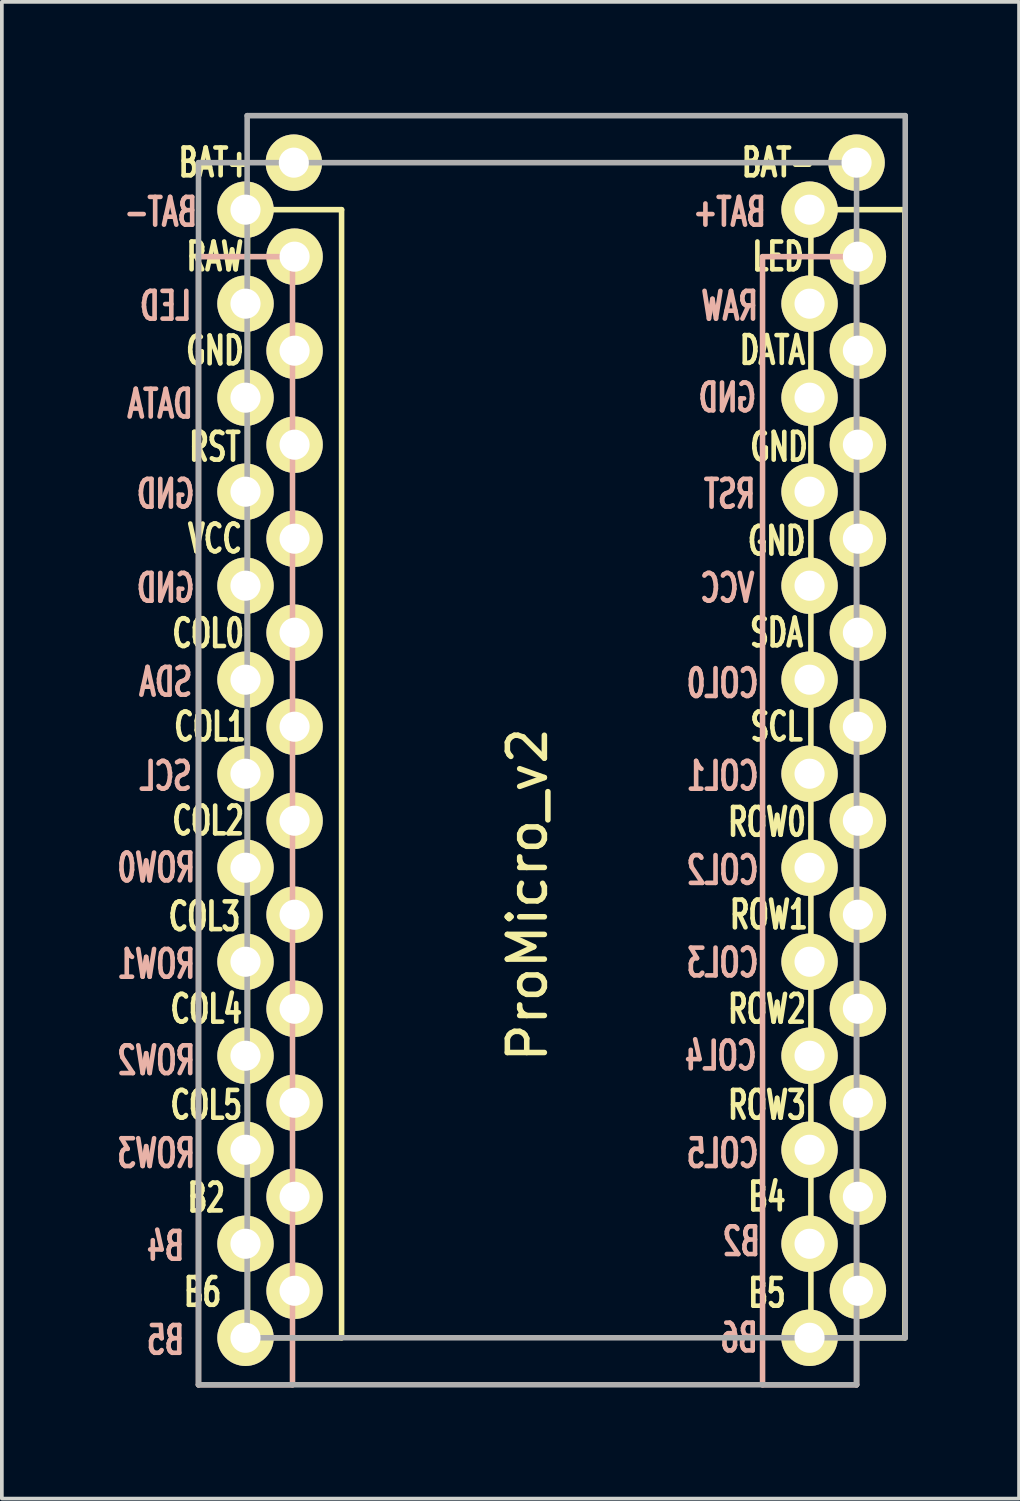
<source format=kicad_pcb>
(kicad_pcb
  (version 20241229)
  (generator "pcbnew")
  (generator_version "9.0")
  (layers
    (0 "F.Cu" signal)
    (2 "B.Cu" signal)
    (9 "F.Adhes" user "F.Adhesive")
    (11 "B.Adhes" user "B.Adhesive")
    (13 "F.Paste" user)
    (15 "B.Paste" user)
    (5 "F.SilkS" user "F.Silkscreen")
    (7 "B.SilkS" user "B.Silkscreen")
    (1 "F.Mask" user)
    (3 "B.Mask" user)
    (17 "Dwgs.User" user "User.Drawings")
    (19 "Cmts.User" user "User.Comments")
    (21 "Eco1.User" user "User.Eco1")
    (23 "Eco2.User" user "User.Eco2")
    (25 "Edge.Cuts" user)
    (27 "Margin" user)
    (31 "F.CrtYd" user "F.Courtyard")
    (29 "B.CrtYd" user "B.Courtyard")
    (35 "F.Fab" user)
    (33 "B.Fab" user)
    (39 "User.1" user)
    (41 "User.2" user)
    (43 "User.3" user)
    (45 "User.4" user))
  (footprint "ProMicro_v2"
    (layer "F.Cu")
    (at 12.473 18.363)
    (property "Reference" "ProMicro_v2" (at -1.27 2.762 270) (layer "F.SilkS") (effects (font (size 1 1) (thickness 0.15))))
    (attr through_hole)
    (fp_line (start -8.834 -15.748) (end -6.294 -15.748) (stroke (width 0.15) (type solid)) (layer "F.SilkS"))
    (fp_line (start -8.834 14.732) (end -8.834 -15.748) (stroke (width 0.15) (type solid)) (layer "F.SilkS"))
    (fp_line (start -6.294 -15.748) (end -6.294 14.732) (stroke (width 0.15) (type solid)) (layer "F.SilkS"))
    (fp_line (start -6.294 14.732) (end -8.834 14.732) (stroke (width 0.15) (type solid)) (layer "F.SilkS"))
    (fp_line (start 6.386 -15.748) (end 8.926 -15.748) (stroke (width 0.15) (type solid)) (layer "F.SilkS"))
    (fp_line (start 6.386 14.732) (end 6.386 -15.748) (stroke (width 0.15) (type solid)) (layer "F.SilkS"))
    (fp_line (start 8.926 -15.748) (end 8.926 14.732) (stroke (width 0.15) (type solid)) (layer "F.SilkS"))
    (fp_line (start 8.926 14.732) (end 6.386 14.732) (stroke (width 0.15) (type solid)) (layer "F.SilkS"))
    (fp_line (start -10.16 -14.478) (end -7.62 -14.478) (stroke (width 0.15) (type solid)) (layer "B.SilkS"))
    (fp_line (start -10.16 16.002) (end -10.16 -14.478) (stroke (width 0.15) (type solid)) (layer "B.SilkS"))
    (fp_line (start -7.62 -14.478) (end -7.62 16.002) (stroke (width 0.15) (type solid)) (layer "B.SilkS"))
    (fp_line (start -7.62 16.002) (end -10.16 16.002) (stroke (width 0.15) (type solid)) (layer "B.SilkS"))
    (fp_line (start 5.08 -14.478) (end 7.62 -14.478) (stroke (width 0.15) (type solid)) (layer "B.SilkS"))
    (fp_line (start 5.08 16.002) (end 5.08 -14.478) (stroke (width 0.15) (type solid)) (layer "B.SilkS"))
    (fp_line (start 7.62 -14.478) (end 7.62 16.002) (stroke (width 0.15) (type solid)) (layer "B.SilkS"))
    (fp_line (start 7.62 16.002) (end 5.08 16.002) (stroke (width 0.15) (type solid)) (layer "B.SilkS"))
    (fp_line (start -10.16 -17.018) (end 7.62 -17.018) (stroke (width 0.15) (type solid)) (layer "F.Fab"))
    (fp_line (start -10.16 16.002) (end -10.16 -17.018) (stroke (width 0.15) (type solid)) (layer "F.Fab"))
    (fp_line (start -8.845 -18.288) (end 8.935 -18.288) (stroke (width 0.15) (type solid)) (layer "F.Fab"))
    (fp_line (start -8.845 14.732) (end -8.845 -18.288) (stroke (width 0.15) (type solid)) (layer "F.Fab"))
    (fp_line (start 7.62 -17.018) (end 7.62 16.002) (stroke (width 0.15) (type solid)) (layer "F.Fab"))
    (fp_line (start 7.62 16.002) (end -10.16 16.002) (stroke (width 0.15) (type solid)) (layer "F.Fab"))
    (fp_line (start 8.935 -18.288) (end 8.935 14.732) (stroke (width 0.15) (type solid)) (layer "F.Fab"))
    (fp_line (start 8.935 14.732) (end -8.845 14.732) (stroke (width 0.15) (type solid)) (layer "F.Fab"))
    (fp_text user "B6" (at -10.05 13.5 0) (layer "F.SilkS") (effects (font (size 0.75 0.5) (thickness 0.125))))
    (fp_text user "COL0" (at -9.9 -4.3 0) (layer "F.SilkS") (effects (font (size 0.75 0.5) (thickness 0.125))))
    (fp_text user "VCC" (at -9.716 -6.858 0) (layer "F.SilkS") (effects (font (size 0.75 0.5) (thickness 0.125))))
    (fp_text user "COL3" (at -10 3.35 0) (layer "F.SilkS") (effects (font (size 0.75 0.5) (thickness 0.125))))
    (fp_text user "GND" (at -9.716 -11.938 0) (layer "F.SilkS") (effects (font (size 0.75 0.5) (thickness 0.125))))
    (fp_text user "" (at -0.5 -17.25 0) (layer "F.SilkS") (effects (font (size 1 1) (thickness 0.15))))
    (fp_text user "RAW" (at -9.716 -14.478 0) (layer "F.SilkS") (effects (font (size 0.75 0.5) (thickness 0.125))))
    (fp_text user "BAT-" (at 5.5 -17.018 0) (layer "F.SilkS") (effects (font (size 0.75 0.5) (thickness 0.125))))
    (fp_text user "ROW0" (at 5.2 0.8 0) (layer "F.SilkS") (effects (font (size 0.75 0.5) (thickness 0.125))))
    (fp_text user "ROW2" (at 5.2 5.85 0) (layer "F.SilkS") (effects (font (size 0.75 0.5) (thickness 0.125))))
    (fp_text user "COL2" (at -9.9 0.762 0) (layer "F.SilkS") (effects (font (size 0.75 0.5) (thickness 0.125))))
    (fp_text user "GND" (at 5.461 -6.795 0) (layer "F.SilkS") (effects (font (size 0.75 0.5) (thickness 0.125))))
    (fp_text user "COL4" (at -9.95 5.85 0) (layer "F.SilkS") (effects (font (size 0.75 0.5) (thickness 0.125))))
    (fp_text user "B5" (at 5.2 13.525 0) (layer "F.SilkS") (effects (font (size 0.75 0.5) (thickness 0.125))))
    (fp_text user "GND" (at 5.524 -9.335 0) (layer "F.SilkS") (effects (font (size 0.75 0.5) (thickness 0.125))))
    (fp_text user "SDA" (at 5.461 -4.318 0) (layer "F.SilkS") (effects (font (size 0.75 0.5) (thickness 0.125))))
    (fp_text user "COL1" (at -9.85 -1.778 0) (layer "F.SilkS") (effects (font (size 0.75 0.5) (thickness 0.125))))
    (fp_text user "ROW1" (at 5.25 3.302 0) (layer "F.SilkS") (effects (font (size 0.75 0.5) (thickness 0.125))))
    (fp_text user "COL5" (at -9.95 8.445 0) (layer "F.SilkS") (effects (font (size 0.75 0.5) (thickness 0.125))))
    (fp_text user "BAT+" (at -9.716 -17.018 0) (layer "F.SilkS") (effects (font (size 0.75 0.5) (thickness 0.125))))
    (fp_text user "B4" (at 5.2 10.922 0) (layer "F.SilkS") (effects (font (size 0.75 0.5) (thickness 0.125))))
    (fp_text user "RST" (at -9.716 -9.335 0) (layer "F.SilkS") (effects (font (size 0.75 0.5) (thickness 0.125))))
    (fp_text user "SCL" (at 5.461 -1.778 0) (layer "F.SilkS") (effects (font (size 0.75 0.5) (thickness 0.125))))
    (fp_text user "B2" (at -9.95 10.95 0) (layer "F.SilkS") (effects (font (size 0.75 0.5) (thickness 0.125))))
    (fp_text user "ROW3" (at 5.2 8.445 0) (layer "F.SilkS") (effects (font (size 0.75 0.5) (thickness 0.125))))
    (fp_text user "DATA" (at 5.35 -11.95 0) (layer "F.SilkS") (effects (font (size 0.75 0.5) (thickness 0.125))))
    (fp_text user "LED" (at 5.5 -14.478 0) (layer "F.SilkS") (effects (font (size 0.75 0.5) (thickness 0.125))))
    (fp_text user "COL2" (at 4 2.1 0) (layer "B.SilkS") (effects (font (size 0.75 0.5) (thickness 0.125)) (justify mirror)))
    (fp_text user "RAW" (at 4.191 -13.145 0) (layer "B.SilkS") (effects (font (size 0.75 0.5) (thickness 0.125)) (justify mirror)))
    (fp_text user "B4" (at -11.049 12.255 0) (layer "B.SilkS") (effects (font (size 0.75 0.5) (thickness 0.125)) (justify mirror)))
    (fp_text user "COL3" (at 4 4.6 0) (layer "B.SilkS") (effects (font (size 0.75 0.5) (thickness 0.125)) (justify mirror)))
    (fp_text user "ROW1" (at -11.3 4.636 0) (layer "B.SilkS") (effects (font (size 0.75 0.5) (thickness 0.125)) (justify mirror)))
    (fp_text user "DATA" (at -11.2 -10.5 0) (layer "B.SilkS") (effects (font (size 0.75 0.5) (thickness 0.125)) (justify mirror)))
    (fp_text user "GND" (at 4.128 -10.668 0) (layer "B.SilkS") (effects (font (size 0.75 0.5) (thickness 0.125)) (justify mirror)))
    (fp_text user "BAT+" (at 4.191 -15.684 0) (layer "B.SilkS") (effects (font (size 0.75 0.5) (thickness 0.125)) (justify mirror)))
    (fp_text user "B6" (at 4.445 14.732 0) (layer "B.SilkS") (effects (font (size 0.75 0.5) (thickness 0.125)) (justify mirror)))
    (fp_text user "B5" (at -11.049 14.796 0) (layer "B.SilkS") (effects (font (size 0.75 0.5) (thickness 0.125)) (justify mirror)))
    (fp_text user "ROW3" (at -11.3 9.75 0) (layer "B.SilkS") (effects (font (size 0.75 0.5) (thickness 0.125)) (justify mirror)))
    (fp_text user "COL0" (at 4 -2.95 0) (layer "B.SilkS") (effects (font (size 0.75 0.5) (thickness 0.125)) (justify mirror)))
    (fp_text user "GND" (at -11.049 -8.065 0) (layer "B.SilkS") (effects (font (size 0.75 0.5) (thickness 0.125)) (justify mirror)))
    (fp_text user "GND" (at -11.049 -5.524 0) (layer "B.SilkS") (effects (font (size 0.75 0.5) (thickness 0.125)) (justify mirror)))
    (fp_text user "SCL" (at -11.049 -0.445 0) (layer "B.SilkS") (effects (font (size 0.75 0.5) (thickness 0.125)) (justify mirror)))
    (fp_text user "B2" (at 4.508 12.129 0) (layer "B.SilkS") (effects (font (size 0.75 0.5) (thickness 0.125)) (justify mirror)))
    (fp_text user "ROW0" (at -11.3 2.032 0) (layer "B.SilkS") (effects (font (size 0.75 0.5) (thickness 0.125)) (justify mirror)))
    (fp_text user "COL1" (at 4 -0.445 0) (layer "B.SilkS") (effects (font (size 0.75 0.5) (thickness 0.125)) (justify mirror)))
    (fp_text user "LED" (at -11.049 -13.145 0) (layer "B.SilkS") (effects (font (size 0.75 0.5) (thickness 0.125)) (justify mirror)))
    (fp_text user "VCC" (at 4.128 -5.524 0) (layer "B.SilkS") (effects (font (size 0.75 0.5) (thickness 0.125)) (justify mirror)))
    (fp_text user "COL4" (at 3.95 7.112 0) (layer "B.SilkS") (effects (font (size 0.75 0.5) (thickness 0.125)) (justify mirror)))
    (fp_text user "COL5" (at 4 9.75 0) (layer "B.SilkS") (effects (font (size 0.75 0.5) (thickness 0.125)) (justify mirror)))
    (fp_text user "RST" (at 4.191 -8.065 0) (layer "B.SilkS") (effects (font (size 0.75 0.5) (thickness 0.125)) (justify mirror)))
    (fp_text user "" (at -1.206 -16.256 0) (layer "B.SilkS") (effects (font (size 1 1) (thickness 0.15)) (justify mirror)))
    (fp_text user "SDA" (at -11.049 -2.985 0) (layer "B.SilkS") (effects (font (size 0.75 0.5) (thickness 0.125)) (justify mirror)))
    (fp_text user "ROW2" (at -11.3 7.239 0) (layer "B.SilkS") (effects (font (size 0.75 0.5) (thickness 0.125)) (justify mirror)))
    (fp_text user "BAT-" (at -11.176 -15.684 0) (layer "B.SilkS") (effects (font (size 0.75 0.5) (thickness 0.125)) (justify mirror)))
    (pad "1" thru_hole circle (at -8.89 -13.208) (size 1.524 1.524) (drill 0.813) (layers "*.Cu" "*.Mask" "F.SilkS"))
    (pad "1" thru_hole circle (at 7.656 -14.478) (size 1.524 1.524) (drill 0.813) (layers "*.Cu" "*.Mask" "F.SilkS"))
    (pad "2" thru_hole circle (at -8.89 -10.668) (size 1.524 1.524) (drill 0.813) (layers "*.Cu" "*.Mask" "F.SilkS"))
    (pad "2" thru_hole circle (at 7.656 -11.938) (size 1.524 1.524) (drill 0.813) (layers "*.Cu" "*.Mask" "F.SilkS"))
    (pad "3" thru_hole circle (at -8.89 -8.128) (size 1.524 1.524) (drill 0.813) (layers "*.Cu" "*.Mask" "F.SilkS"))
    (pad "3" thru_hole circle (at 7.656 -9.398) (size 1.524 1.524) (drill 0.813) (layers "*.Cu" "*.Mask" "F.SilkS"))
    (pad "4" thru_hole circle (at -8.89 -5.588) (size 1.524 1.524) (drill 0.813) (layers "*.Cu" "*.Mask" "F.SilkS"))
    (pad "4" thru_hole circle (at 7.656 -6.858) (size 1.524 1.524) (drill 0.813) (layers "*.Cu" "*.Mask" "F.SilkS"))
    (pad "5" thru_hole circle (at -8.89 -3.048) (size 1.524 1.524) (drill 0.813) (layers "*.Cu" "*.Mask" "F.SilkS"))
    (pad "5" thru_hole circle (at 7.656 -4.318) (size 1.524 1.524) (drill 0.813) (layers "*.Cu" "*.Mask" "F.SilkS"))
    (pad "6" thru_hole circle (at -8.89 -0.508) (size 1.524 1.524) (drill 0.813) (layers "*.Cu" "*.Mask" "F.SilkS"))
    (pad "6" thru_hole circle (at 7.656 -1.778) (size 1.524 1.524) (drill 0.813) (layers "*.Cu" "*.Mask" "F.SilkS"))
    (pad "7" thru_hole circle (at -8.89 2.032) (size 1.524 1.524) (drill 0.813) (layers "*.Cu" "*.Mask" "F.SilkS"))
    (pad "7" thru_hole circle (at 7.656 0.762) (size 1.524 1.524) (drill 0.813) (layers "*.Cu" "*.Mask" "F.SilkS"))
    (pad "8" thru_hole circle (at -8.89 4.572) (size 1.524 1.524) (drill 0.813) (layers "*.Cu" "*.Mask" "F.SilkS"))
    (pad "8" thru_hole circle (at 7.656 3.302) (size 1.524 1.524) (drill 0.813) (layers "*.Cu" "*.Mask" "F.SilkS"))
    (pad "9" thru_hole circle (at -8.89 7.112) (size 1.524 1.524) (drill 0.813) (layers "*.Cu" "*.Mask" "F.SilkS"))
    (pad "9" thru_hole circle (at 7.656 5.842) (size 1.524 1.524) (drill 0.813) (layers "*.Cu" "*.Mask" "F.SilkS"))
    (pad "10" thru_hole circle (at -8.89 9.652) (size 1.524 1.524) (drill 0.813) (layers "*.Cu" "*.Mask" "F.SilkS"))
    (pad "10" thru_hole circle (at 7.656 8.382) (size 1.524 1.524) (drill 0.813) (layers "*.Cu" "*.Mask" "F.SilkS"))
    (pad "11" thru_hole circle (at -8.89 12.192) (size 1.524 1.524) (drill 0.813) (layers "*.Cu" "*.Mask" "F.SilkS"))
    (pad "11" thru_hole circle (at 7.656 10.922) (size 1.524 1.524) (drill 0.813) (layers "*.Cu" "*.Mask" "F.SilkS"))
    (pad "12" thru_hole circle (at -8.89 14.732) (size 1.524 1.524) (drill 0.813) (layers "*.Cu" "*.Mask" "F.SilkS"))
    (pad "12" thru_hole circle (at 7.656 13.462) (size 1.524 1.524) (drill 0.813) (layers "*.Cu" "*.Mask" "F.SilkS"))
    (pad "13" thru_hole circle (at -7.564 13.462) (size 1.524 1.524) (drill 0.813) (layers "*.Cu" "*.Mask" "F.SilkS"))
    (pad "13" thru_hole circle (at 6.35 14.732) (size 1.524 1.524) (drill 0.813) (layers "*.Cu" "*.Mask" "F.SilkS"))
    (pad "14" thru_hole circle (at -7.564 10.922) (size 1.524 1.524) (drill 0.813) (layers "*.Cu" "*.Mask" "F.SilkS"))
    (pad "14" thru_hole circle (at 6.35 12.192) (size 1.524 1.524) (drill 0.813) (layers "*.Cu" "*.Mask" "F.SilkS"))
    (pad "15" thru_hole circle (at -7.564 8.382) (size 1.524 1.524) (drill 0.813) (layers "*.Cu" "*.Mask" "F.SilkS"))
    (pad "15" thru_hole circle (at 6.35 9.652) (size 1.524 1.524) (drill 0.813) (layers "*.Cu" "*.Mask" "F.SilkS"))
    (pad "16" thru_hole circle (at -7.564 5.842) (size 1.524 1.524) (drill 0.813) (layers "*.Cu" "*.Mask" "F.SilkS"))
    (pad "16" thru_hole circle (at 6.35 7.112) (size 1.524 1.524) (drill 0.813) (layers "*.Cu" "*.Mask" "F.SilkS"))
    (pad "17" thru_hole circle (at -7.564 3.302) (size 1.524 1.524) (drill 0.813) (layers "*.Cu" "*.Mask" "F.SilkS"))
    (pad "17" thru_hole circle (at 6.35 4.572) (size 1.524 1.524) (drill 0.813) (layers "*.Cu" "*.Mask" "F.SilkS"))
    (pad "18" thru_hole circle (at -7.564 0.762) (size 1.524 1.524) (drill 0.813) (layers "*.Cu" "*.Mask" "F.SilkS"))
    (pad "18" thru_hole circle (at 6.35 2.032) (size 1.524 1.524) (drill 0.813) (layers "*.Cu" "*.Mask" "F.SilkS"))
    (pad "19" thru_hole circle (at -7.564 -1.778) (size 1.524 1.524) (drill 0.813) (layers "*.Cu" "*.Mask" "F.SilkS"))
    (pad "19" thru_hole circle (at 6.35 -0.508) (size 1.524 1.524) (drill 0.813) (layers "*.Cu" "*.Mask" "F.SilkS"))
    (pad "20" thru_hole circle (at -7.564 -4.318) (size 1.524 1.524) (drill 0.813) (layers "*.Cu" "*.Mask" "F.SilkS"))
    (pad "20" thru_hole circle (at 6.35 -3.048) (size 1.524 1.524) (drill 0.813) (layers "*.Cu" "*.Mask" "F.SilkS"))
    (pad "21" thru_hole circle (at -7.564 -6.858) (size 1.524 1.524) (drill 0.813) (layers "*.Cu" "*.Mask" "F.SilkS"))
    (pad "21" thru_hole circle (at 6.35 -5.588) (size 1.524 1.524) (drill 0.813) (layers "*.Cu" "*.Mask" "F.SilkS"))
    (pad "22" thru_hole circle (at -7.564 -9.398) (size 1.524 1.524) (drill 0.813) (layers "*.Cu" "*.Mask" "F.SilkS"))
    (pad "22" thru_hole circle (at 6.35 -8.128) (size 1.524 1.524) (drill 0.813) (layers "*.Cu" "*.Mask" "F.SilkS"))
    (pad "23" thru_hole circle (at -7.564 -11.938) (size 1.524 1.524) (drill 0.813) (layers "*.Cu" "*.Mask" "F.SilkS"))
    (pad "23" thru_hole circle (at 6.35 -10.668) (size 1.524 1.524) (drill 0.813) (layers "*.Cu" "*.Mask" "F.SilkS"))
    (pad "24" thru_hole circle (at -7.564 -14.478) (size 1.524 1.524) (drill 0.813) (layers "*.Cu" "*.Mask" "F.SilkS"))
    (pad "24" thru_hole circle (at 6.35 -13.208) (size 1.524 1.524) (drill 0.813) (layers "*.Cu" "*.Mask" "F.SilkS"))
    (pad "25" thru_hole circle (at -7.584 -17.018) (size 1.524 1.524) (drill 0.813) (layers "*.Cu" "*.Mask" "F.SilkS"))
    (pad "25" thru_hole circle (at 6.35 -15.748) (size 1.524 1.524) (drill 0.813) (layers "*.Cu" "*.Mask" "F.SilkS"))
    (pad "26" thru_hole circle (at -8.89 -15.748) (size 1.524 1.524) (drill 0.813) (layers "*.Cu" "*.Mask" "F.SilkS"))
    (pad "26" thru_hole circle (at 7.62 -17.018) (size 1.524 1.524) (drill 0.813) (layers "*.Cu" "*.Mask" "F.SilkS")))
  (gr_rect
    (start -3 -3)
    (end 24.483 37.44)
    (stroke (width 0.1) (type default))
    (fill no)
    (layer "Edge.Cuts")))
</source>
